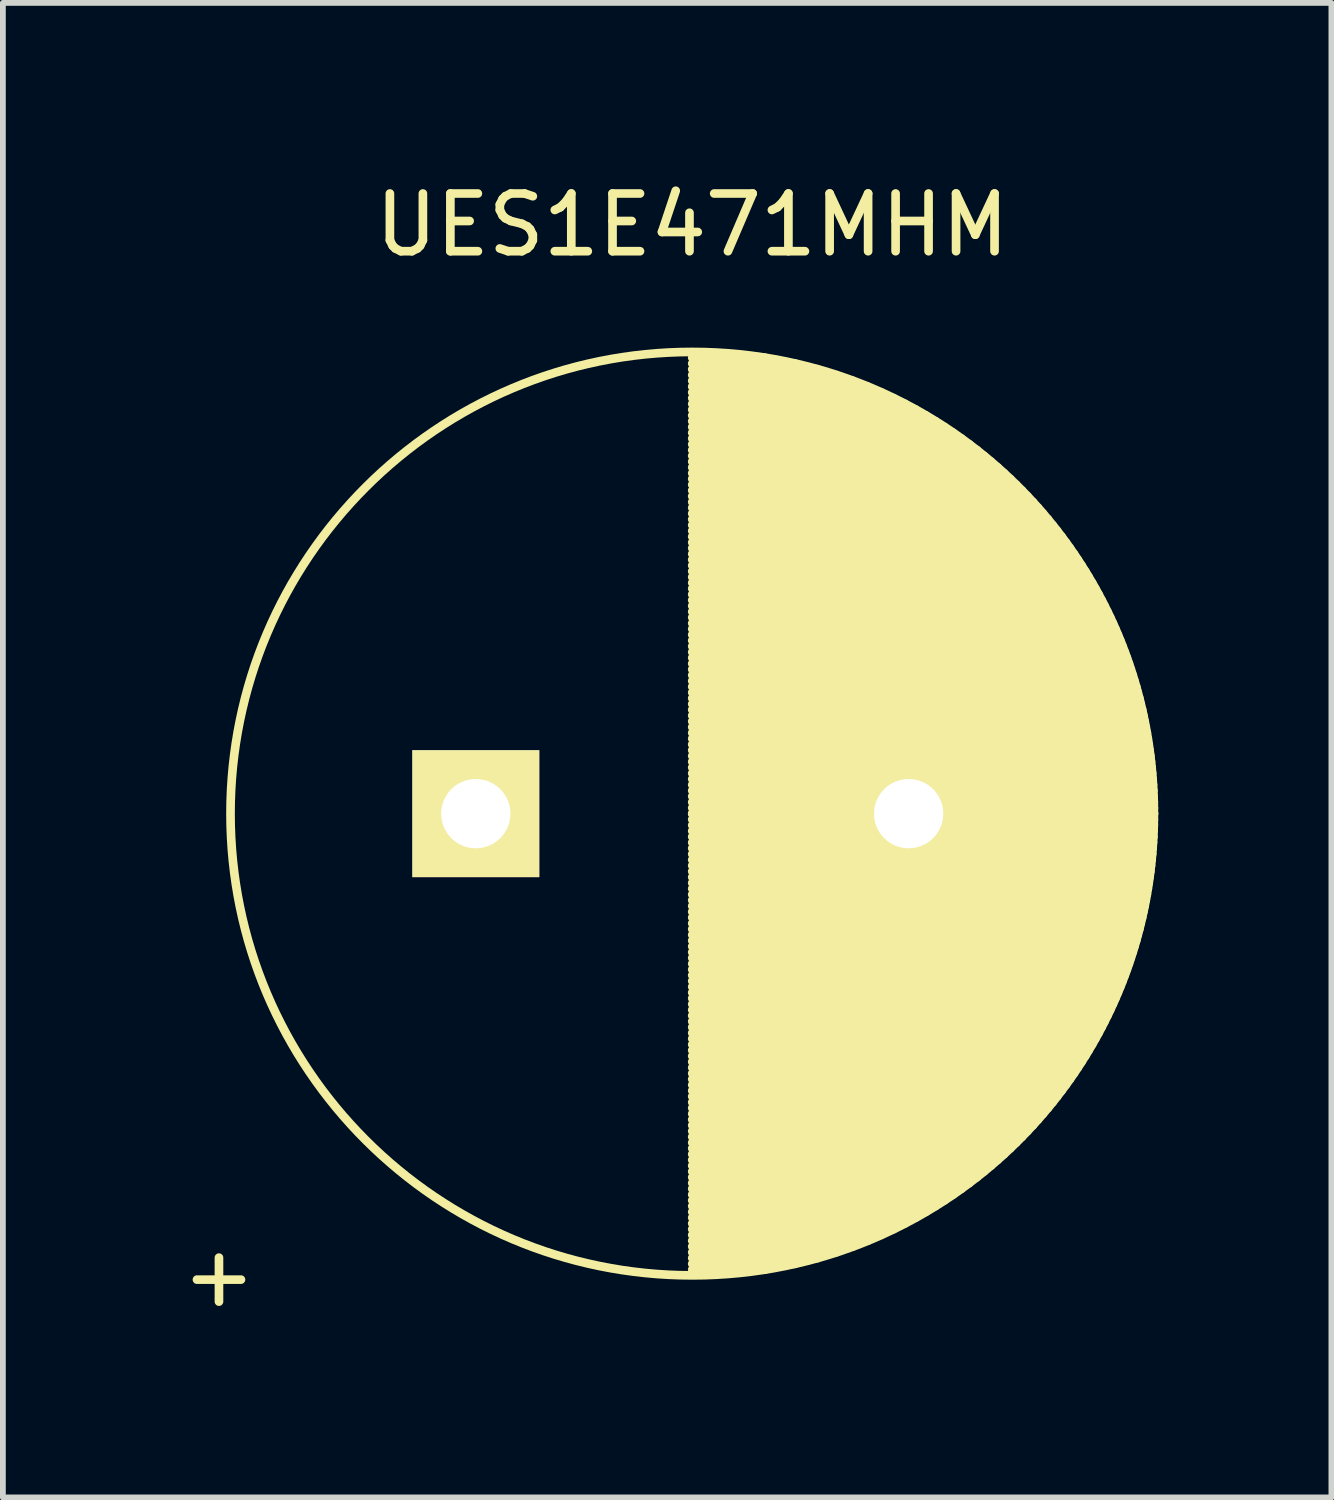
<source format=kicad_pcb>
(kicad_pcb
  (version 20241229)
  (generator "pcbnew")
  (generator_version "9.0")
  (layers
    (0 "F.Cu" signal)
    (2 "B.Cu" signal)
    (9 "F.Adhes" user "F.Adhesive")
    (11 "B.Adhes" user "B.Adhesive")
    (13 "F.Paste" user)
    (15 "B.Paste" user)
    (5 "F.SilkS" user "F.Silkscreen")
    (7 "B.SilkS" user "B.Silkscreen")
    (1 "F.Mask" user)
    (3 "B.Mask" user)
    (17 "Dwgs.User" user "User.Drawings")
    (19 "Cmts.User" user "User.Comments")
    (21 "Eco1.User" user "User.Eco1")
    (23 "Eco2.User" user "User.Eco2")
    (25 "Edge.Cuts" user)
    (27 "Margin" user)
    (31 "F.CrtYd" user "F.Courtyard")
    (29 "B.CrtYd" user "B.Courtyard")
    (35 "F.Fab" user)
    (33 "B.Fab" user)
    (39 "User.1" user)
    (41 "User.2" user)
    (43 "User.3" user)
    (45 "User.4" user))
  (footprint "UES1E471MHM"
    (layer "F.Cu")
    (at 5.194 11.048)
    (property "Reference" "UES1E471MHM" (at 3.75 -10.2 0) (layer "F.SilkS") (effects (font (size 1 1) (thickness 0.15))))
    (attr through_hole)
    (fp_line (start 3.75 -7.9) (end 5.011 -7.9) (stroke (width 0.15) (type solid)) (layer "F.SilkS"))
    (fp_line (start 3.75 -7.8) (end 5.528 -7.8) (stroke (width 0.15) (type solid)) (layer "F.SilkS"))
    (fp_line (start 3.75 -7.7) (end 5.92 -7.7) (stroke (width 0.15) (type solid)) (layer "F.SilkS"))
    (fp_line (start 3.75 -7.6) (end 6.248 -7.6) (stroke (width 0.15) (type solid)) (layer "F.SilkS"))
    (fp_line (start 3.75 -7.5) (end 6.534 -7.5) (stroke (width 0.15) (type solid)) (layer "F.SilkS"))
    (fp_line (start 3.75 -7.4) (end 6.79 -7.4) (stroke (width 0.15) (type solid)) (layer "F.SilkS"))
    (fp_line (start 3.75 -7.3) (end 7.023 -7.3) (stroke (width 0.15) (type solid)) (layer "F.SilkS"))
    (fp_line (start 3.75 -7.2) (end 7.237 -7.2) (stroke (width 0.15) (type solid)) (layer "F.SilkS"))
    (fp_line (start 3.75 -7.1) (end 7.436 -7.1) (stroke (width 0.15) (type solid)) (layer "F.SilkS"))
    (fp_line (start 3.75 -7) (end 7.623 -7) (stroke (width 0.15) (type solid)) (layer "F.SilkS"))
    (fp_line (start 3.75 -6.9) (end 7.798 -6.9) (stroke (width 0.15) (type solid)) (layer "F.SilkS"))
    (fp_line (start 3.75 -6.8) (end 7.964 -6.8) (stroke (width 0.15) (type solid)) (layer "F.SilkS"))
    (fp_line (start 3.75 -6.7) (end 8.121 -6.7) (stroke (width 0.15) (type solid)) (layer "F.SilkS"))
    (fp_line (start 3.75 -6.6) (end 8.271 -6.6) (stroke (width 0.15) (type solid)) (layer "F.SilkS"))
    (fp_line (start 3.75 -6.5) (end 8.414 -6.5) (stroke (width 0.15) (type solid)) (layer "F.SilkS"))
    (fp_line (start 3.75 -6.4) (end 8.55 -6.4) (stroke (width 0.15) (type solid)) (layer "F.SilkS"))
    (fp_line (start 3.75 -6.3) (end 8.681 -6.3) (stroke (width 0.15) (type solid)) (layer "F.SilkS"))
    (fp_line (start 3.75 -6.2) (end 8.806 -6.2) (stroke (width 0.15) (type solid)) (layer "F.SilkS"))
    (fp_line (start 3.75 -6.1) (end 8.926 -6.1) (stroke (width 0.15) (type solid)) (layer "F.SilkS"))
    (fp_line (start 3.75 -6) (end 9.042 -6) (stroke (width 0.15) (type solid)) (layer "F.SilkS"))
    (fp_line (start 3.75 -5.9) (end 9.153 -5.9) (stroke (width 0.15) (type solid)) (layer "F.SilkS"))
    (fp_line (start 3.75 -5.8) (end 9.26 -5.8) (stroke (width 0.15) (type solid)) (layer "F.SilkS"))
    (fp_line (start 3.75 -5.7) (end 9.363 -5.7) (stroke (width 0.15) (type solid)) (layer "F.SilkS"))
    (fp_line (start 3.75 -5.6) (end 9.463 -5.6) (stroke (width 0.15) (type solid)) (layer "F.SilkS"))
    (fp_line (start 3.75 -5.5) (end 9.559 -5.5) (stroke (width 0.15) (type solid)) (layer "F.SilkS"))
    (fp_line (start 3.75 -5.4) (end 9.653 -5.4) (stroke (width 0.15) (type solid)) (layer "F.SilkS"))
    (fp_line (start 3.75 -5.3) (end 9.742 -5.3) (stroke (width 0.15) (type solid)) (layer "F.SilkS"))
    (fp_line (start 3.75 -5.2) (end 9.829 -5.2) (stroke (width 0.15) (type solid)) (layer "F.SilkS"))
    (fp_line (start 3.75 -5.1) (end 9.914 -5.1) (stroke (width 0.15) (type solid)) (layer "F.SilkS"))
    (fp_line (start 3.75 -5) (end 9.995 -5) (stroke (width 0.15) (type solid)) (layer "F.SilkS"))
    (fp_line (start 3.75 -4.9) (end 10.074 -4.9) (stroke (width 0.15) (type solid)) (layer "F.SilkS"))
    (fp_line (start 3.75 -4.8) (end 10.15 -4.8) (stroke (width 0.15) (type solid)) (layer "F.SilkS"))
    (fp_line (start 3.75 -4.7) (end 10.224 -4.7) (stroke (width 0.15) (type solid)) (layer "F.SilkS"))
    (fp_line (start 3.75 -4.6) (end 10.295 -4.6) (stroke (width 0.15) (type solid)) (layer "F.SilkS"))
    (fp_line (start 3.75 -4.5) (end 10.364 -4.5) (stroke (width 0.15) (type solid)) (layer "F.SilkS"))
    (fp_line (start 3.75 -4.4) (end 10.431 -4.4) (stroke (width 0.15) (type solid)) (layer "F.SilkS"))
    (fp_line (start 3.75 -4.3) (end 10.496 -4.3) (stroke (width 0.15) (type solid)) (layer "F.SilkS"))
    (fp_line (start 3.75 -4.2) (end 10.559 -4.2) (stroke (width 0.15) (type solid)) (layer "F.SilkS"))
    (fp_line (start 3.75 -4.1) (end 10.619 -4.1) (stroke (width 0.15) (type solid)) (layer "F.SilkS"))
    (fp_line (start 3.75 -4) (end 10.678 -4) (stroke (width 0.15) (type solid)) (layer "F.SilkS"))
    (fp_line (start 3.75 -3.9) (end 10.735 -3.9) (stroke (width 0.15) (type solid)) (layer "F.SilkS"))
    (fp_line (start 3.75 -3.8) (end 10.79 -3.8) (stroke (width 0.15) (type solid)) (layer "F.SilkS"))
    (fp_line (start 3.75 -3.7) (end 10.843 -3.7) (stroke (width 0.15) (type solid)) (layer "F.SilkS"))
    (fp_line (start 3.75 -3.6) (end 10.894 -3.6) (stroke (width 0.15) (type solid)) (layer "F.SilkS"))
    (fp_line (start 3.75 -3.5) (end 10.944 -3.5) (stroke (width 0.15) (type solid)) (layer "F.SilkS"))
    (fp_line (start 3.75 -3.4) (end 10.992 -3.4) (stroke (width 0.15) (type solid)) (layer "F.SilkS"))
    (fp_line (start 3.75 -3.3) (end 11.038 -3.3) (stroke (width 0.15) (type solid)) (layer "F.SilkS"))
    (fp_line (start 3.75 -3.2) (end 11.082 -3.2) (stroke (width 0.15) (type solid)) (layer "F.SilkS"))
    (fp_line (start 3.75 -3.1) (end 11.125 -3.1) (stroke (width 0.15) (type solid)) (layer "F.SilkS"))
    (fp_line (start 3.75 -3) (end 11.166 -3) (stroke (width 0.15) (type solid)) (layer "F.SilkS"))
    (fp_line (start 3.75 -2.9) (end 11.206 -2.9) (stroke (width 0.15) (type solid)) (layer "F.SilkS"))
    (fp_line (start 3.75 -2.8) (end 11.244 -2.8) (stroke (width 0.15) (type solid)) (layer "F.SilkS"))
    (fp_line (start 3.75 -2.7) (end 11.281 -2.7) (stroke (width 0.15) (type solid)) (layer "F.SilkS"))
    (fp_line (start 3.75 -2.6) (end 11.316 -2.6) (stroke (width 0.15) (type solid)) (layer "F.SilkS"))
    (fp_line (start 3.75 -2.5) (end 11.349 -2.5) (stroke (width 0.15) (type solid)) (layer "F.SilkS"))
    (fp_line (start 3.75 -2.4) (end 11.382 -2.4) (stroke (width 0.15) (type solid)) (layer "F.SilkS"))
    (fp_line (start 3.75 -2.3) (end 11.412 -2.3) (stroke (width 0.15) (type solid)) (layer "F.SilkS"))
    (fp_line (start 3.75 -2.2) (end 11.442 -2.2) (stroke (width 0.15) (type solid)) (layer "F.SilkS"))
    (fp_line (start 3.75 -2.1) (end 11.469 -2.1) (stroke (width 0.15) (type solid)) (layer "F.SilkS"))
    (fp_line (start 3.75 -2) (end 11.496 -2) (stroke (width 0.15) (type solid)) (layer "F.SilkS"))
    (fp_line (start 3.75 -1.9) (end 11.521 -1.9) (stroke (width 0.15) (type solid)) (layer "F.SilkS"))
    (fp_line (start 3.75 -1.8) (end 11.545 -1.8) (stroke (width 0.15) (type solid)) (layer "F.SilkS"))
    (fp_line (start 3.75 -1.7) (end 11.567 -1.7) (stroke (width 0.15) (type solid)) (layer "F.SilkS"))
    (fp_line (start 3.75 -1.6) (end 11.588 -1.6) (stroke (width 0.15) (type solid)) (layer "F.SilkS"))
    (fp_line (start 3.75 -1.5) (end 11.608 -1.5) (stroke (width 0.15) (type solid)) (layer "F.SilkS"))
    (fp_line (start 3.75 -1.4) (end 11.627 -1.4) (stroke (width 0.15) (type solid)) (layer "F.SilkS"))
    (fp_line (start 3.75 -1.3) (end 11.644 -1.3) (stroke (width 0.15) (type solid)) (layer "F.SilkS"))
    (fp_line (start 3.75 -1.2) (end 11.659 -1.2) (stroke (width 0.15) (type solid)) (layer "F.SilkS"))
    (fp_line (start 3.75 -1.1) (end 11.674 -1.1) (stroke (width 0.15) (type solid)) (layer "F.SilkS"))
    (fp_line (start 3.75 -1) (end 11.687 -1) (stroke (width 0.15) (type solid)) (layer "F.SilkS"))
    (fp_line (start 3.75 -0.9) (end 11.699 -0.9) (stroke (width 0.15) (type solid)) (layer "F.SilkS"))
    (fp_line (start 3.75 -0.8) (end 11.71 -0.8) (stroke (width 0.15) (type solid)) (layer "F.SilkS"))
    (fp_line (start 3.75 -0.7) (end 11.719 -0.7) (stroke (width 0.15) (type solid)) (layer "F.SilkS"))
    (fp_line (start 3.75 -0.6) (end 11.727 -0.6) (stroke (width 0.15) (type solid)) (layer "F.SilkS"))
    (fp_line (start 3.75 -0.5) (end 11.734 -0.5) (stroke (width 0.15) (type solid)) (layer "F.SilkS"))
    (fp_line (start 3.75 -0.4) (end 11.74 -0.4) (stroke (width 0.15) (type solid)) (layer "F.SilkS"))
    (fp_line (start 3.75 -0.3) (end 11.744 -0.3) (stroke (width 0.15) (type solid)) (layer "F.SilkS"))
    (fp_line (start 3.75 -0.2) (end 11.748 -0.2) (stroke (width 0.15) (type solid)) (layer "F.SilkS"))
    (fp_line (start 3.75 -0.1) (end 11.749 -0.1) (stroke (width 0.15) (type solid)) (layer "F.SilkS"))
    (fp_line (start 3.75 0) (end 11.75 0) (stroke (width 0.15) (type solid)) (layer "F.SilkS"))
    (fp_line (start 3.75 0) (end 11.75 0) (stroke (width 0.15) (type solid)) (layer "F.SilkS"))
    (fp_line (start 3.75 0.1) (end 11.749 0.1) (stroke (width 0.15) (type solid)) (layer "F.SilkS"))
    (fp_line (start 3.75 0.2) (end 11.748 0.2) (stroke (width 0.15) (type solid)) (layer "F.SilkS"))
    (fp_line (start 3.75 0.3) (end 11.744 0.3) (stroke (width 0.15) (type solid)) (layer "F.SilkS"))
    (fp_line (start 3.75 0.4) (end 11.74 0.4) (stroke (width 0.15) (type solid)) (layer "F.SilkS"))
    (fp_line (start 3.75 0.5) (end 11.734 0.5) (stroke (width 0.15) (type solid)) (layer "F.SilkS"))
    (fp_line (start 3.75 0.6) (end 11.727 0.6) (stroke (width 0.15) (type solid)) (layer "F.SilkS"))
    (fp_line (start 3.75 0.7) (end 11.719 0.7) (stroke (width 0.15) (type solid)) (layer "F.SilkS"))
    (fp_line (start 3.75 0.8) (end 11.71 0.8) (stroke (width 0.15) (type solid)) (layer "F.SilkS"))
    (fp_line (start 3.75 0.9) (end 11.699 0.9) (stroke (width 0.15) (type solid)) (layer "F.SilkS"))
    (fp_line (start 3.75 1) (end 11.687 1) (stroke (width 0.15) (type solid)) (layer "F.SilkS"))
    (fp_line (start 3.75 1.1) (end 11.674 1.1) (stroke (width 0.15) (type solid)) (layer "F.SilkS"))
    (fp_line (start 3.75 1.2) (end 11.659 1.2) (stroke (width 0.15) (type solid)) (layer "F.SilkS"))
    (fp_line (start 3.75 1.3) (end 11.644 1.3) (stroke (width 0.15) (type solid)) (layer "F.SilkS"))
    (fp_line (start 3.75 1.4) (end 11.627 1.4) (stroke (width 0.15) (type solid)) (layer "F.SilkS"))
    (fp_line (start 3.75 1.5) (end 11.608 1.5) (stroke (width 0.15) (type solid)) (layer "F.SilkS"))
    (fp_line (start 3.75 1.6) (end 11.588 1.6) (stroke (width 0.15) (type solid)) (layer "F.SilkS"))
    (fp_line (start 3.75 1.7) (end 11.567 1.7) (stroke (width 0.15) (type solid)) (layer "F.SilkS"))
    (fp_line (start 3.75 1.8) (end 11.545 1.8) (stroke (width 0.15) (type solid)) (layer "F.SilkS"))
    (fp_line (start 3.75 1.9) (end 11.521 1.9) (stroke (width 0.15) (type solid)) (layer "F.SilkS"))
    (fp_line (start 3.75 2) (end 11.496 2) (stroke (width 0.15) (type solid)) (layer "F.SilkS"))
    (fp_line (start 3.75 2.1) (end 11.469 2.1) (stroke (width 0.15) (type solid)) (layer "F.SilkS"))
    (fp_line (start 3.75 2.2) (end 11.442 2.2) (stroke (width 0.15) (type solid)) (layer "F.SilkS"))
    (fp_line (start 3.75 2.3) (end 11.412 2.3) (stroke (width 0.15) (type solid)) (layer "F.SilkS"))
    (fp_line (start 3.75 2.4) (end 11.382 2.4) (stroke (width 0.15) (type solid)) (layer "F.SilkS"))
    (fp_line (start 3.75 2.5) (end 11.349 2.5) (stroke (width 0.15) (type solid)) (layer "F.SilkS"))
    (fp_line (start 3.75 2.6) (end 11.316 2.6) (stroke (width 0.15) (type solid)) (layer "F.SilkS"))
    (fp_line (start 3.75 2.7) (end 11.281 2.7) (stroke (width 0.15) (type solid)) (layer "F.SilkS"))
    (fp_line (start 3.75 2.8) (end 11.244 2.8) (stroke (width 0.15) (type solid)) (layer "F.SilkS"))
    (fp_line (start 3.75 2.9) (end 11.206 2.9) (stroke (width 0.15) (type solid)) (layer "F.SilkS"))
    (fp_line (start 3.75 3) (end 11.166 3) (stroke (width 0.15) (type solid)) (layer "F.SilkS"))
    (fp_line (start 3.75 3.1) (end 11.125 3.1) (stroke (width 0.15) (type solid)) (layer "F.SilkS"))
    (fp_line (start 3.75 3.2) (end 11.082 3.2) (stroke (width 0.15) (type solid)) (layer "F.SilkS"))
    (fp_line (start 3.75 3.3) (end 11.038 3.3) (stroke (width 0.15) (type solid)) (layer "F.SilkS"))
    (fp_line (start 3.75 3.4) (end 10.992 3.4) (stroke (width 0.15) (type solid)) (layer "F.SilkS"))
    (fp_line (start 3.75 3.5) (end 10.944 3.5) (stroke (width 0.15) (type solid)) (layer "F.SilkS"))
    (fp_line (start 3.75 3.6) (end 10.894 3.6) (stroke (width 0.15) (type solid)) (layer "F.SilkS"))
    (fp_line (start 3.75 3.7) (end 10.843 3.7) (stroke (width 0.15) (type solid)) (layer "F.SilkS"))
    (fp_line (start 3.75 3.8) (end 10.79 3.8) (stroke (width 0.15) (type solid)) (layer "F.SilkS"))
    (fp_line (start 3.75 3.9) (end 10.735 3.9) (stroke (width 0.15) (type solid)) (layer "F.SilkS"))
    (fp_line (start 3.75 4) (end 10.678 4) (stroke (width 0.15) (type solid)) (layer "F.SilkS"))
    (fp_line (start 3.75 4.1) (end 10.619 4.1) (stroke (width 0.15) (type solid)) (layer "F.SilkS"))
    (fp_line (start 3.75 4.2) (end 10.559 4.2) (stroke (width 0.15) (type solid)) (layer "F.SilkS"))
    (fp_line (start 3.75 4.3) (end 10.496 4.3) (stroke (width 0.15) (type solid)) (layer "F.SilkS"))
    (fp_line (start 3.75 4.4) (end 10.431 4.4) (stroke (width 0.15) (type solid)) (layer "F.SilkS"))
    (fp_line (start 3.75 4.5) (end 10.364 4.5) (stroke (width 0.15) (type solid)) (layer "F.SilkS"))
    (fp_line (start 3.75 4.6) (end 10.295 4.6) (stroke (width 0.15) (type solid)) (layer "F.SilkS"))
    (fp_line (start 3.75 4.7) (end 10.224 4.7) (stroke (width 0.15) (type solid)) (layer "F.SilkS"))
    (fp_line (start 3.75 4.8) (end 10.15 4.8) (stroke (width 0.15) (type solid)) (layer "F.SilkS"))
    (fp_line (start 3.75 4.9) (end 10.074 4.9) (stroke (width 0.15) (type solid)) (layer "F.SilkS"))
    (fp_line (start 3.75 5) (end 9.995 5) (stroke (width 0.15) (type solid)) (layer "F.SilkS"))
    (fp_line (start 3.75 5.1) (end 9.914 5.1) (stroke (width 0.15) (type solid)) (layer "F.SilkS"))
    (fp_line (start 3.75 5.2) (end 9.829 5.2) (stroke (width 0.15) (type solid)) (layer "F.SilkS"))
    (fp_line (start 3.75 5.3) (end 9.742 5.3) (stroke (width 0.15) (type solid)) (layer "F.SilkS"))
    (fp_line (start 3.75 5.4) (end 9.653 5.4) (stroke (width 0.15) (type solid)) (layer "F.SilkS"))
    (fp_line (start 3.75 5.5) (end 9.559 5.5) (stroke (width 0.15) (type solid)) (layer "F.SilkS"))
    (fp_line (start 3.75 5.6) (end 9.463 5.6) (stroke (width 0.15) (type solid)) (layer "F.SilkS"))
    (fp_line (start 3.75 5.7) (end 9.363 5.7) (stroke (width 0.15) (type solid)) (layer "F.SilkS"))
    (fp_line (start 3.75 5.8) (end 9.26 5.8) (stroke (width 0.15) (type solid)) (layer "F.SilkS"))
    (fp_line (start 3.75 5.9) (end 9.153 5.9) (stroke (width 0.15) (type solid)) (layer "F.SilkS"))
    (fp_line (start 3.75 6) (end 9.042 6) (stroke (width 0.15) (type solid)) (layer "F.SilkS"))
    (fp_line (start 3.75 6.1) (end 8.926 6.1) (stroke (width 0.15) (type solid)) (layer "F.SilkS"))
    (fp_line (start 3.75 6.2) (end 8.806 6.2) (stroke (width 0.15) (type solid)) (layer "F.SilkS"))
    (fp_line (start 3.75 6.3) (end 8.681 6.3) (stroke (width 0.15) (type solid)) (layer "F.SilkS"))
    (fp_line (start 3.75 6.4) (end 8.55 6.4) (stroke (width 0.15) (type solid)) (layer "F.SilkS"))
    (fp_line (start 3.75 6.5) (end 8.414 6.5) (stroke (width 0.15) (type solid)) (layer "F.SilkS"))
    (fp_line (start 3.75 6.6) (end 8.271 6.6) (stroke (width 0.15) (type solid)) (layer "F.SilkS"))
    (fp_line (start 3.75 6.7) (end 8.121 6.7) (stroke (width 0.15) (type solid)) (layer "F.SilkS"))
    (fp_line (start 3.75 6.8) (end 7.964 6.8) (stroke (width 0.15) (type solid)) (layer "F.SilkS"))
    (fp_line (start 3.75 6.9) (end 7.798 6.9) (stroke (width 0.15) (type solid)) (layer "F.SilkS"))
    (fp_line (start 3.75 7) (end 7.623 7) (stroke (width 0.15) (type solid)) (layer "F.SilkS"))
    (fp_line (start 3.75 7.1) (end 7.436 7.1) (stroke (width 0.15) (type solid)) (layer "F.SilkS"))
    (fp_line (start 3.75 7.2) (end 7.237 7.2) (stroke (width 0.15) (type solid)) (layer "F.SilkS"))
    (fp_line (start 3.75 7.3) (end 7.023 7.3) (stroke (width 0.15) (type solid)) (layer "F.SilkS"))
    (fp_line (start 3.75 7.4) (end 6.79 7.4) (stroke (width 0.15) (type solid)) (layer "F.SilkS"))
    (fp_line (start 3.75 7.5) (end 6.534 7.5) (stroke (width 0.15) (type solid)) (layer "F.SilkS"))
    (fp_line (start 3.75 7.6) (end 6.248 7.6) (stroke (width 0.15) (type solid)) (layer "F.SilkS"))
    (fp_line (start 3.75 7.7) (end 5.92 7.7) (stroke (width 0.15) (type solid)) (layer "F.SilkS"))
    (fp_line (start 3.75 7.8) (end 5.528 7.8) (stroke (width 0.15) (type solid)) (layer "F.SilkS"))
    (fp_line (start 3.75 7.9) (end 5.011 7.9) (stroke (width 0.15) (type solid)) (layer "F.SilkS"))
    (fp_circle (center 3.75 0) (end 3.75 -8) (stroke (width 0.15) (type solid)) (fill no) (layer "F.SilkS"))
    (fp_text user "+" (at -4.45 8 0) (layer "F.SilkS") (effects (font (size 1 1) (thickness 0.15))))
    (pad "1" thru_hole rect (at 0 0) (size 2.2 2.2) (drill 1.2) (layers "*.Cu" "*.Mask" "F.SilkS"))
    (pad "2" thru_hole circle (at 7.5 0) (size 2.2 2.2) (drill 1.2) (layers "*.Cu" "*.Mask" "F.SilkS")))
  (gr_rect
    (start -3 -3)
    (end 20.019 22.896)
    (stroke (width 0.1) (type default))
    (fill no)
    (layer "Edge.Cuts")))
</source>
